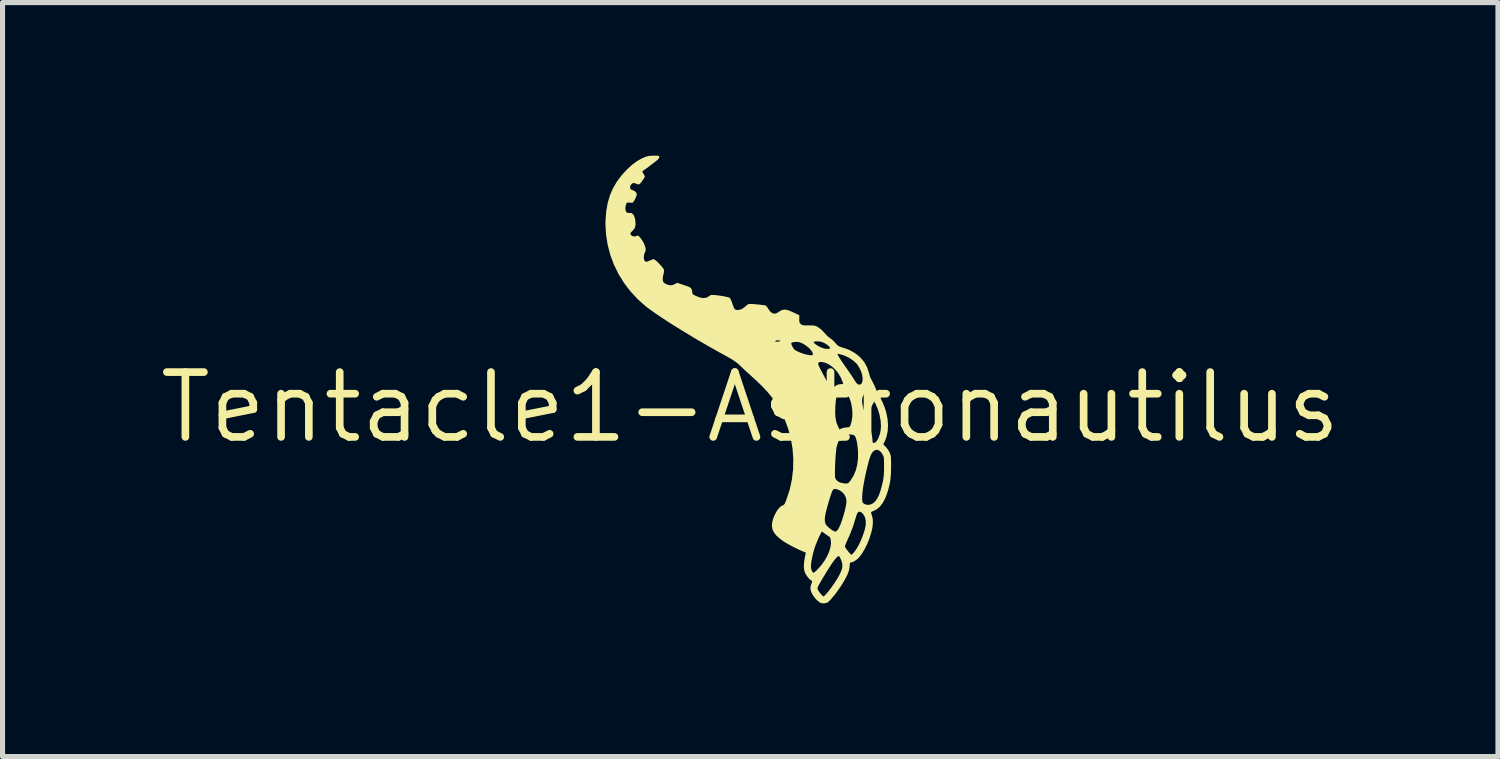
<source format=kicad_pcb>
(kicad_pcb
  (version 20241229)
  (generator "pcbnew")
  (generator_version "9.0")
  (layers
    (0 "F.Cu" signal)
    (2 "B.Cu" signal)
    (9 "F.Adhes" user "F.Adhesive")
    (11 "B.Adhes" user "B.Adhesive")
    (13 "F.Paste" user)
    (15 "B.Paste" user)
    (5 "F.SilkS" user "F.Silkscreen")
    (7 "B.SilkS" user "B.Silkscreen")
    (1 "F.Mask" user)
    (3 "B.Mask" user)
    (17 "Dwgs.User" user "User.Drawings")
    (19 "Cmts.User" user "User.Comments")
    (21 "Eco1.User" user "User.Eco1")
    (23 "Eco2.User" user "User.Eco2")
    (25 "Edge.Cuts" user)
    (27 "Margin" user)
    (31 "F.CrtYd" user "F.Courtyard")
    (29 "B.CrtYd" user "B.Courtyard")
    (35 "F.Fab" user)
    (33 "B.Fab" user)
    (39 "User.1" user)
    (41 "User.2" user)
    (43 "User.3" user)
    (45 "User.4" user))
  (footprint "Tentacle1-Astronautilus"
    (layer "F.Cu")
    (at 11.649 4.93)
    (property "Reference" "Tentacle1-Astronautilus" (at 0 0 0) (layer "F.SilkS") (effects (font (size 1.27 1.27) (thickness 0.15))))
    (attr board_only exclude_from_pos_files exclude_from_bom)
    (fp_poly (pts (xy -1.811 -4.929) (xy -1.794 -4.926) (xy -1.785 -4.92) (xy -1.782 -4.91) (xy -1.782 -4.908) (xy -1.787 -4.884) (xy -1.809 -4.855) (xy -1.81 -4.855) (xy -1.826 -4.84) (xy -1.857 -4.816) (xy -1.897 -4.785) (xy -1.943 -4.75) (xy -1.991 -4.713) (xy -2.038 -4.679) (xy -2.08 -4.649) (xy -2.112 -4.627) (xy -2.113 -4.614) (xy -2.101 -4.59) (xy -2.094 -4.579) (xy -2.077 -4.551) (xy -2.067 -4.528) (xy -2.065 -4.522) (xy -2.072 -4.505) (xy -2.088 -4.477) (xy -2.111 -4.444) (xy -2.135 -4.412) (xy -2.158 -4.385) (xy -2.175 -4.369) (xy -2.178 -4.367) (xy -2.198 -4.367) (xy -2.226 -4.376) (xy -2.231 -4.378) (xy -2.26 -4.39) (xy -2.284 -4.396) (xy -2.286 -4.396) (xy -2.309 -4.387) (xy -2.332 -4.366) (xy -2.349 -4.34) (xy -2.353 -4.327) (xy -2.353 -4.295) (xy -2.344 -4.275) (xy -2.321 -4.261) (xy -2.3 -4.253) (xy -2.256 -4.231) (xy -2.231 -4.2) (xy -2.224 -4.165) (xy -2.229 -4.143) (xy -2.242 -4.111) (xy -2.259 -4.075) (xy -2.277 -4.043) (xy -2.293 -4.019) (xy -2.303 -4.011) (xy -2.324 -4.008) (xy -2.355 -4.009) (xy -2.367 -4.011) (xy -2.396 -4.013) (xy -2.413 -4.009) (xy -2.425 -3.994) (xy -2.43 -3.984) (xy -2.44 -3.954) (xy -2.446 -3.915) (xy -2.447 -3.898) (xy -2.441 -3.851) (xy -2.424 -3.82) (xy -2.396 -3.807) (xy -2.372 -3.808) (xy -2.332 -3.808) (xy -2.3 -3.787) (xy -2.275 -3.748) (xy -2.257 -3.689) (xy -2.251 -3.651) (xy -2.247 -3.589) (xy -2.253 -3.541) (xy -2.269 -3.502) (xy -2.299 -3.465) (xy -2.307 -3.457) (xy -2.334 -3.431) (xy -2.347 -3.414) (xy -2.349 -3.401) (xy -2.343 -3.386) (xy -2.34 -3.381) (xy -2.317 -3.359) (xy -2.282 -3.348) (xy -2.244 -3.35) (xy -2.223 -3.359) (xy -2.208 -3.364) (xy -2.194 -3.361) (xy -2.177 -3.346) (xy -2.157 -3.325) (xy -2.122 -3.278) (xy -2.089 -3.222) (xy -2.064 -3.164) (xy -2.05 -3.114) (xy -2.049 -3.076) (xy -2.062 -3.038) (xy -2.065 -3.033) (xy -2.08 -2.991) (xy -2.086 -2.944) (xy -2.082 -2.9) (xy -2.07 -2.873) (xy -2.056 -2.857) (xy -2.041 -2.851) (xy -2.018 -2.855) (xy -1.984 -2.869) (xy -1.969 -2.876) (xy -1.934 -2.89) (xy -1.905 -2.9) (xy -1.892 -2.902) (xy -1.875 -2.895) (xy -1.848 -2.874) (xy -1.815 -2.845) (xy -1.781 -2.81) (xy -1.747 -2.774) (xy -1.718 -2.739) (xy -1.698 -2.711) (xy -1.69 -2.695) (xy -1.689 -2.665) (xy -1.695 -2.627) (xy -1.7 -2.611) (xy -1.712 -2.556) (xy -1.715 -2.505) (xy -1.709 -2.466) (xy -1.705 -2.457) (xy -1.684 -2.435) (xy -1.649 -2.414) (xy -1.608 -2.398) (xy -1.569 -2.391) (xy -1.562 -2.39) (xy -1.518 -2.397) (xy -1.475 -2.415) (xy -1.432 -2.439) (xy -1.3 -2.395) (xy -1.245 -2.376) (xy -1.207 -2.362) (xy -1.182 -2.35) (xy -1.167 -2.339) (xy -1.156 -2.327) (xy -1.15 -2.314) (xy -1.139 -2.282) (xy -1.135 -2.251) (xy -1.136 -2.248) (xy -1.135 -2.232) (xy -1.128 -2.219) (xy -1.11 -2.206) (xy -1.077 -2.188) (xy -1.068 -2.184) (xy -0.991 -2.152) (xy -0.922 -2.14) (xy -0.862 -2.147) (xy -0.811 -2.174) (xy -0.805 -2.179) (xy -0.786 -2.193) (xy -0.769 -2.2) (xy -0.746 -2.202) (xy -0.71 -2.2) (xy -0.696 -2.199) (xy -0.63 -2.192) (xy -0.566 -2.183) (xy -0.506 -2.173) (xy -0.457 -2.162) (xy -0.42 -2.152) (xy -0.4 -2.143) (xy -0.4 -2.142) (xy -0.389 -2.125) (xy -0.374 -2.094) (xy -0.358 -2.054) (xy -0.354 -2.04) (xy -0.335 -1.986) (xy -0.319 -1.948) (xy -0.304 -1.925) (xy -0.288 -1.912) (xy -0.267 -1.907) (xy -0.247 -1.907) (xy -0.202 -1.912) (xy -0.16 -1.928) (xy -0.116 -1.959) (xy -0.088 -1.983) (xy -0.061 -2.007) (xy -0.04 -2.02) (xy -0.016 -2.025) (xy 0.019 -2.025) (xy 0.024 -2.024) (xy 0.065 -2.022) (xy 0.115 -2.018) (xy 0.169 -2.013) (xy 0.22 -2.007) (xy 0.263 -2.002) (xy 0.293 -1.997) (xy 0.3 -1.995) (xy 0.315 -1.983) (xy 0.334 -1.959) (xy 0.352 -1.931) (xy 0.389 -1.878) (xy 0.429 -1.846) (xy 0.471 -1.834) (xy 0.514 -1.843) (xy 0.541 -1.858) (xy 0.586 -1.888) (xy 0.626 -1.907) (xy 0.665 -1.915) (xy 0.707 -1.911) (xy 0.757 -1.897) (xy 0.819 -1.871) (xy 0.853 -1.855) (xy 0.962 -1.803) (xy 0.96 -1.733) (xy 0.96 -1.694) (xy 0.964 -1.669) (xy 0.973 -1.651) (xy 0.988 -1.634) (xy 1.001 -1.622) (xy 1.015 -1.613) (xy 1.032 -1.608) (xy 1.058 -1.606) (xy 1.098 -1.605) (xy 1.142 -1.605) (xy 1.196 -1.604) (xy 1.234 -1.603) (xy 1.262 -1.599) (xy 1.285 -1.592) (xy 1.308 -1.581) (xy 1.322 -1.574) (xy 1.361 -1.547) (xy 1.402 -1.514) (xy 1.422 -1.494) (xy 1.452 -1.461) (xy 1.48 -1.43) (xy 1.495 -1.413) (xy 1.519 -1.39) (xy 1.553 -1.362) (xy 1.577 -1.345) (xy 1.614 -1.316) (xy 1.649 -1.282) (xy 1.665 -1.262) (xy 1.703 -1.221) (xy 1.745 -1.192) (xy 1.8 -1.172) (xy 1.822 -1.166) (xy 1.86 -1.155) (xy 1.907 -1.137) (xy 1.955 -1.116) (xy 1.965 -1.112) (xy 2.068 -1.051) (xy 2.157 -0.977) (xy 2.23 -0.89) (xy 2.285 -0.793) (xy 2.323 -0.685) (xy 2.326 -0.673) (xy 2.336 -0.631) (xy 2.348 -0.595) (xy 2.358 -0.572) (xy 2.396 -0.501) (xy 2.432 -0.427) (xy 2.462 -0.358) (xy 2.465 -0.35) (xy 2.483 -0.305) (xy 2.505 -0.261) (xy 2.521 -0.233) (xy 2.562 -0.161) (xy 2.601 -0.078) (xy 2.636 0.01) (xy 2.662 0.093) (xy 2.665 0.104) (xy 2.69 0.23) (xy 2.699 0.354) (xy 2.692 0.471) (xy 2.669 0.579) (xy 2.637 0.662) (xy 2.607 0.725) (xy 2.658 0.779) (xy 2.696 0.827) (xy 2.727 0.88) (xy 2.734 0.895) (xy 2.743 0.918) (xy 2.749 0.94) (xy 2.754 0.964) (xy 2.756 0.994) (xy 2.758 1.033) (xy 2.759 1.086) (xy 2.759 1.156) (xy 2.758 1.165) (xy 2.757 1.273) (xy 2.751 1.366) (xy 2.741 1.45) (xy 2.725 1.531) (xy 2.703 1.615) (xy 2.684 1.679) (xy 2.644 1.783) (xy 2.596 1.872) (xy 2.541 1.944) (xy 2.48 1.997) (xy 2.416 2.03) (xy 2.384 2.042) (xy 2.369 2.053) (xy 2.366 2.065) (xy 2.368 2.071) (xy 2.385 2.127) (xy 2.396 2.17) (xy 2.401 2.208) (xy 2.402 2.248) (xy 2.401 2.288) (xy 2.389 2.378) (xy 2.365 2.476) (xy 2.332 2.578) (xy 2.29 2.68) (xy 2.242 2.776) (xy 2.191 2.863) (xy 2.137 2.934) (xy 2.119 2.953) (xy 2.08 2.988) (xy 2.037 3.016) (xy 1.998 3.035) (xy 1.971 3.04) (xy 1.957 3.043) (xy 1.951 3.055) (xy 1.949 3.081) (xy 1.949 3.09) (xy 1.943 3.151) (xy 1.927 3.216) (xy 1.899 3.289) (xy 1.857 3.37) (xy 1.802 3.462) (xy 1.764 3.522) (xy 1.721 3.583) (xy 1.677 3.644) (xy 1.632 3.7) (xy 1.59 3.75) (xy 1.554 3.79) (xy 1.525 3.815) (xy 1.52 3.82) (xy 1.479 3.836) (xy 1.432 3.842) (xy 1.387 3.835) (xy 1.372 3.829) (xy 1.324 3.795) (xy 1.277 3.748) (xy 1.235 3.693) (xy 1.202 3.637) (xy 1.183 3.583) (xy 1.181 3.571) (xy 1.18 3.552) (xy 1.318 3.552) (xy 1.321 3.564) (xy 1.326 3.577) (xy 1.328 3.581) (xy 1.344 3.608) (xy 1.366 3.638) (xy 1.391 3.667) (xy 1.414 3.69) (xy 1.432 3.704) (xy 1.439 3.706) (xy 1.45 3.696) (xy 1.47 3.675) (xy 1.498 3.646) (xy 1.509 3.633) (xy 1.555 3.577) (xy 1.605 3.508) (xy 1.656 3.433) (xy 1.704 3.358) (xy 1.744 3.289) (xy 1.765 3.246) (xy 1.793 3.178) (xy 1.805 3.119) (xy 1.802 3.062) (xy 1.785 3.002) (xy 1.775 2.979) (xy 1.759 2.946) (xy 1.745 2.922) (xy 1.737 2.913) (xy 1.737 2.913) (xy 1.715 2.922) (xy 1.686 2.948) (xy 1.649 2.992) (xy 1.603 3.055) (xy 1.55 3.136) (xy 1.487 3.236) (xy 1.463 3.277) (xy 1.417 3.352) (xy 1.382 3.412) (xy 1.356 3.458) (xy 1.337 3.492) (xy 1.325 3.518) (xy 1.319 3.537) (xy 1.318 3.552) (xy 1.18 3.552) (xy 1.179 3.529) (xy 1.188 3.486) (xy 1.196 3.463) (xy 1.208 3.431) (xy 1.212 3.412) (xy 1.209 3.402) (xy 1.199 3.396) (xy 1.166 3.371) (xy 1.13 3.333) (xy 1.098 3.288) (xy 1.074 3.244) (xy 1.071 3.237) (xy 1.055 3.179) (xy 1.051 3.133) (xy 1.189 3.133) (xy 1.189 3.137) (xy 1.197 3.177) (xy 1.21 3.211) (xy 1.227 3.234) (xy 1.242 3.241) (xy 1.254 3.234) (xy 1.277 3.215) (xy 1.307 3.187) (xy 1.324 3.17) (xy 1.395 3.089) (xy 1.456 3.004) (xy 1.507 2.915) (xy 1.545 2.827) (xy 1.571 2.742) (xy 1.574 2.724) (xy 1.854 2.724) (xy 1.86 2.74) (xy 1.876 2.767) (xy 1.899 2.798) (xy 1.924 2.831) (xy 1.949 2.859) (xy 1.97 2.88) (xy 1.983 2.889) (xy 1.984 2.889) (xy 1.997 2.879) (xy 2.018 2.857) (xy 2.043 2.828) (xy 2.044 2.826) (xy 2.088 2.763) (xy 2.131 2.686) (xy 2.172 2.598) (xy 2.208 2.507) (xy 2.237 2.418) (xy 2.257 2.336) (xy 2.262 2.302) (xy 2.263 2.222) (xy 2.247 2.152) (xy 2.214 2.095) (xy 2.206 2.085) (xy 2.174 2.056) (xy 2.145 2.045) (xy 2.14 2.044) (xy 2.125 2.047) (xy 2.112 2.055) (xy 2.1 2.072) (xy 2.087 2.101) (xy 2.072 2.143) (xy 2.054 2.202) (xy 2.038 2.256) (xy 2.017 2.324) (xy 1.988 2.402) (xy 1.956 2.483) (xy 1.927 2.548) (xy 1.903 2.602) (xy 1.881 2.651) (xy 1.865 2.69) (xy 1.856 2.716) (xy 1.854 2.724) (xy 1.574 2.724) (xy 1.582 2.664) (xy 1.577 2.595) (xy 1.577 2.594) (xy 1.564 2.553) (xy 1.545 2.531) (xy 1.543 2.53) (xy 1.522 2.518) (xy 1.492 2.497) (xy 1.465 2.477) (xy 1.436 2.456) (xy 1.413 2.441) (xy 1.403 2.436) (xy 1.395 2.445) (xy 1.381 2.471) (xy 1.363 2.508) (xy 1.341 2.554) (xy 1.319 2.605) (xy 1.298 2.657) (xy 1.278 2.706) (xy 1.263 2.749) (xy 1.261 2.753) (xy 1.241 2.822) (xy 1.223 2.894) (xy 1.207 2.967) (xy 1.196 3.034) (xy 1.189 3.091) (xy 1.189 3.133) (xy 1.051 3.133) (xy 1.05 3.114) (xy 1.054 3.038) (xy 1.068 2.947) (xy 1.069 2.946) (xy 1.088 2.847) (xy 1.034 2.825) (xy 0.965 2.794) (xy 0.887 2.757) (xy 0.809 2.717) (xy 0.735 2.677) (xy 0.673 2.64) (xy 0.659 2.631) (xy 0.573 2.569) (xy 0.508 2.509) (xy 0.462 2.449) (xy 0.434 2.388) (xy 0.424 2.324) (xy 0.424 2.317) (xy 0.429 2.258) (xy 0.445 2.194) (xy 0.452 2.177) (xy 1.461 2.177) (xy 1.461 2.225) (xy 1.468 2.263) (xy 1.48 2.293) (xy 1.5 2.32) (xy 1.532 2.351) (xy 1.57 2.382) (xy 1.608 2.409) (xy 1.643 2.428) (xy 1.669 2.436) (xy 1.67 2.436) (xy 1.684 2.429) (xy 1.704 2.41) (xy 1.713 2.401) (xy 1.733 2.37) (xy 1.756 2.323) (xy 1.78 2.262) (xy 1.804 2.193) (xy 1.827 2.119) (xy 1.848 2.044) (xy 1.865 1.972) (xy 1.878 1.907) (xy 1.884 1.853) (xy 1.885 1.831) (xy 1.875 1.77) (xy 1.873 1.766) (xy 2.192 1.766) (xy 2.193 1.822) (xy 2.201 1.86) (xy 2.211 1.877) (xy 2.257 1.904) (xy 2.309 1.912) (xy 2.364 1.902) (xy 2.41 1.877) (xy 2.451 1.84) (xy 2.488 1.787) (xy 2.522 1.717) (xy 2.553 1.63) (xy 2.582 1.523) (xy 2.597 1.459) (xy 2.606 1.411) (xy 2.613 1.363) (xy 2.617 1.312) (xy 2.62 1.251) (xy 2.621 1.176) (xy 2.621 1.165) (xy 2.621 1.098) (xy 2.62 1.048) (xy 2.619 1.011) (xy 2.616 0.985) (xy 2.611 0.964) (xy 2.604 0.946) (xy 2.594 0.927) (xy 2.561 0.877) (xy 2.524 0.845) (xy 2.485 0.832) (xy 2.445 0.839) (xy 2.407 0.865) (xy 2.402 0.872) (xy 2.383 0.897) (xy 2.365 0.93) (xy 2.348 0.972) (xy 2.33 1.028) (xy 2.31 1.1) (xy 2.294 1.163) (xy 2.265 1.287) (xy 2.24 1.405) (xy 2.22 1.513) (xy 2.205 1.61) (xy 2.196 1.695) (xy 2.192 1.766) (xy 1.873 1.766) (xy 1.847 1.713) (xy 1.805 1.664) (xy 1.753 1.627) (xy 1.693 1.604) (xy 1.649 1.599) (xy 1.638 1.601) (xy 1.627 1.609) (xy 1.616 1.624) (xy 1.604 1.648) (xy 1.59 1.685) (xy 1.573 1.736) (xy 1.551 1.804) (xy 1.535 1.859) (xy 1.505 1.962) (xy 1.483 2.048) (xy 1.468 2.119) (xy 1.461 2.177) (xy 0.452 2.177) (xy 0.469 2.129) (xy 0.5 2.067) (xy 0.534 2.011) (xy 0.571 1.966) (xy 0.607 1.934) (xy 0.638 1.92) (xy 0.652 1.916) (xy 0.663 1.905) (xy 0.676 1.885) (xy 0.69 1.853) (xy 0.708 1.807) (xy 0.772 1.616) (xy 0.815 1.418) (xy 0.831 1.281) (xy 1.659 1.281) (xy 1.66 1.331) (xy 1.661 1.366) (xy 1.663 1.379) (xy 1.685 1.422) (xy 1.722 1.456) (xy 1.768 1.476) (xy 1.777 1.478) (xy 1.806 1.483) (xy 1.825 1.488) (xy 1.827 1.488) (xy 1.844 1.491) (xy 1.872 1.493) (xy 1.877 1.493) (xy 1.9 1.491) (xy 1.918 1.484) (xy 1.938 1.466) (xy 1.961 1.438) (xy 2.02 1.347) (xy 2.065 1.242) (xy 2.096 1.125) (xy 2.111 0.998) (xy 2.111 0.863) (xy 2.108 0.823) (xy 2.097 0.729) (xy 2.084 0.655) (xy 2.069 0.601) (xy 2.052 0.566) (xy 2.046 0.558) (xy 2.025 0.544) (xy 1.994 0.536) (xy 1.955 0.532) (xy 1.902 0.53) (xy 1.863 0.534) (xy 1.832 0.547) (xy 1.801 0.569) (xy 1.791 0.577) (xy 1.75 0.627) (xy 1.717 0.694) (xy 1.693 0.773) (xy 1.685 0.821) (xy 1.679 0.873) (xy 1.674 0.935) (xy 1.669 1.005) (xy 1.665 1.078) (xy 1.662 1.151) (xy 1.66 1.22) (xy 1.659 1.281) (xy 0.831 1.281) (xy 0.839 1.217) (xy 0.843 1.014) (xy 0.828 0.811) (xy 0.794 0.609) (xy 0.74 0.411) (xy 0.667 0.219) (xy 0.635 0.148) (xy 0.611 0.103) (xy 1.664 0.103) (xy 1.668 0.184) (xy 1.678 0.252) (xy 1.694 0.313) (xy 1.717 0.368) (xy 1.749 0.434) (xy 1.782 0.417) (xy 1.811 0.407) (xy 1.851 0.398) (xy 1.882 0.394) (xy 1.918 0.391) (xy 1.939 0.385) (xy 1.952 0.375) (xy 1.961 0.356) (xy 1.963 0.35) (xy 1.986 0.273) (xy 1.999 0.187) (xy 2.001 0.097) (xy 1.993 0.006) (xy 1.977 -0.08) (xy 1.964 -0.122) (xy 2.19 -0.122) (xy 2.195 -0.07) (xy 2.208 -0.008) (xy 2.229 0.067) (xy 2.258 0.156) (xy 2.295 0.262) (xy 2.3 0.275) (xy 2.338 0.383) (xy 2.366 0.477) (xy 2.385 0.557) (xy 2.393 0.62) (xy 2.394 0.636) (xy 2.395 0.667) (xy 2.399 0.688) (xy 2.401 0.692) (xy 2.421 0.699) (xy 2.447 0.69) (xy 2.466 0.675) (xy 2.493 0.636) (xy 2.518 0.583) (xy 2.54 0.52) (xy 2.554 0.454) (xy 2.555 0.451) (xy 2.561 0.356) (xy 2.553 0.251) (xy 2.531 0.142) (xy 2.498 0.034) (xy 2.454 -0.069) (xy 2.402 -0.161) (xy 2.386 -0.183) (xy 2.357 -0.218) (xy 2.324 -0.249) (xy 2.292 -0.273) (xy 2.266 -0.285) (xy 2.259 -0.286) (xy 2.247 -0.278) (xy 2.23 -0.256) (xy 2.218 -0.237) (xy 2.202 -0.203) (xy 2.193 -0.165) (xy 2.19 -0.122) (xy 1.964 -0.122) (xy 1.952 -0.159) (xy 1.919 -0.226) (xy 1.88 -0.275) (xy 1.841 -0.303) (xy 1.8 -0.316) (xy 1.761 -0.314) (xy 1.73 -0.295) (xy 1.73 -0.295) (xy 1.707 -0.259) (xy 1.689 -0.203) (xy 1.676 -0.128) (xy 1.668 -0.032) (xy 1.666 0.006) (xy 1.664 0.103) (xy 0.611 0.103) (xy 0.572 0.027) (xy 0.503 -0.086) (xy 0.425 -0.195) (xy 0.336 -0.303) (xy 0.234 -0.412) (xy 0.116 -0.526) (xy 0.051 -0.585) (xy -0.003 -0.634) (xy -0.055 -0.681) (xy -0.101 -0.724) (xy -0.139 -0.759) (xy -0.165 -0.785) (xy -0.169 -0.789) (xy -0.225 -0.842) (xy -0.247 -0.86) (xy 1.332 -0.86) (xy 1.335 -0.832) (xy 1.341 -0.815) (xy 1.357 -0.782) (xy 1.379 -0.738) (xy 1.407 -0.685) (xy 1.438 -0.627) (xy 1.47 -0.566) (xy 1.503 -0.507) (xy 1.534 -0.451) (xy 1.561 -0.404) (xy 1.582 -0.369) (xy 1.59 -0.36) (xy 1.601 -0.362) (xy 1.619 -0.377) (xy 1.633 -0.391) (xy 1.665 -0.417) (xy 1.7 -0.437) (xy 1.714 -0.443) (xy 1.75 -0.451) (xy 1.784 -0.455) (xy 1.788 -0.455) (xy 1.821 -0.455) (xy 1.807 -0.503) (xy 1.774 -0.584) (xy 1.729 -0.661) (xy 1.673 -0.731) (xy 1.609 -0.792) (xy 1.541 -0.84) (xy 1.471 -0.873) (xy 1.408 -0.887) (xy 1.366 -0.888) (xy 1.341 -0.879) (xy 1.332 -0.86) (xy -0.247 -0.86) (xy -0.286 -0.891) (xy -0.358 -0.939) (xy -0.445 -0.989) (xy -0.461 -0.998) (xy -0.611 -1.08) (xy -0.764 -1.166) (xy -0.917 -1.254) (xy 0.802 -1.254) (xy 0.807 -1.231) (xy 0.82 -1.202) (xy 0.838 -1.17) (xy 0.854 -1.145) (xy 0.861 -1.135) (xy 0.881 -1.119) (xy 0.917 -1.1) (xy 0.962 -1.079) (xy 1.013 -1.059) (xy 1.062 -1.043) (xy 1.096 -1.034) (xy 1.15 -1.024) (xy 1.186 -1.019) (xy 1.209 -1.02) (xy 1.221 -1.026) (xy 1.225 -1.033) (xy 1.225 -1.05) (xy 1.704 -1.05) (xy 1.73 -0.999) (xy 1.745 -0.973) (xy 1.77 -0.935) (xy 1.801 -0.887) (xy 1.838 -0.834) (xy 1.868 -0.791) (xy 1.909 -0.733) (xy 1.949 -0.675) (xy 1.986 -0.621) (xy 2.015 -0.576) (xy 2.03 -0.552) (xy 2.059 -0.506) (xy 2.082 -0.475) (xy 2.1 -0.456) (xy 2.118 -0.447) (xy 2.139 -0.445) (xy 2.141 -0.445) (xy 2.166 -0.451) (xy 2.184 -0.471) (xy 2.188 -0.479) (xy 2.201 -0.524) (xy 2.201 -0.58) (xy 2.19 -0.644) (xy 2.168 -0.71) (xy 2.137 -0.775) (xy 2.099 -0.835) (xy 2.076 -0.862) (xy 2.008 -0.923) (xy 1.927 -0.975) (xy 1.838 -1.016) (xy 1.749 -1.042) (xy 1.745 -1.042) (xy 1.704 -1.05) (xy 1.225 -1.05) (xy 1.225 -1.06) (xy 1.209 -1.094) (xy 1.18 -1.132) (xy 1.14 -1.171) (xy 1.094 -1.208) (xy 1.043 -1.241) (xy 1.019 -1.253) (xy 0.978 -1.27) (xy 0.958 -1.276) (xy 1.241 -1.276) (xy 1.252 -1.259) (xy 1.272 -1.241) (xy 1.327 -1.203) (xy 1.388 -1.172) (xy 1.449 -1.152) (xy 1.501 -1.144) (xy 1.533 -1.146) (xy 1.556 -1.151) (xy 1.563 -1.155) (xy 1.561 -1.171) (xy 1.544 -1.194) (xy 1.515 -1.219) (xy 1.478 -1.244) (xy 1.446 -1.262) (xy 1.396 -1.282) (xy 1.35 -1.291) (xy 1.319 -1.292) (xy 1.274 -1.291) (xy 1.248 -1.286) (xy 1.241 -1.276) (xy 0.958 -1.276) (xy 0.945 -1.279) (xy 0.91 -1.281) (xy 0.884 -1.28) (xy 0.838 -1.275) (xy 0.812 -1.268) (xy 0.802 -1.254) (xy -0.917 -1.254) (xy -0.918 -1.254) (xy -0.99 -1.296) (xy 0.488 -1.296) (xy 0.49 -1.287) (xy 0.507 -1.284) (xy 0.52 -1.286) (xy 0.551 -1.29) (xy 0.574 -1.292) (xy 0.588 -1.297) (xy 0.588 -1.303) (xy 0.573 -1.31) (xy 0.546 -1.313) (xy 0.517 -1.311) (xy 0.504 -1.307) (xy 0.488 -1.296) (xy -0.99 -1.296) (xy -1.071 -1.344) (xy -1.221 -1.434) (xy -1.367 -1.523) (xy -1.506 -1.609) (xy -1.636 -1.692) (xy -1.756 -1.771) (xy -1.863 -1.844) (xy -1.956 -1.91) (xy -2.033 -1.967) (xy -2.054 -1.984) (xy -2.21 -2.123) (xy -2.351 -2.276) (xy -2.475 -2.439) (xy -2.582 -2.613) (xy -2.671 -2.794) (xy -2.742 -2.984) (xy -2.793 -3.179) (xy -2.825 -3.379) (xy -2.837 -3.583) (xy -2.835 -3.67) (xy -2.821 -3.844) (xy -2.793 -4.005) (xy -2.749 -4.153) (xy -2.689 -4.292) (xy -2.612 -4.424) (xy -2.516 -4.55) (xy -2.415 -4.66) (xy -2.316 -4.751) (xy -2.219 -4.823) (xy -2.122 -4.878) (xy -2.077 -4.897) (xy -2.035 -4.913) (xy -1.998 -4.922) (xy -1.959 -4.927) (xy -1.91 -4.929) (xy -1.891 -4.93) (xy -1.842 -4.93)) (stroke (width 0) (type solid)) (fill yes) (layer "F.SilkS")))
  (gr_rect
    (start -3 -3)
    (end 26.298 11.772)
    (stroke (width 0.1) (type default))
    (fill no)
    (layer "Edge.Cuts")))
</source>
